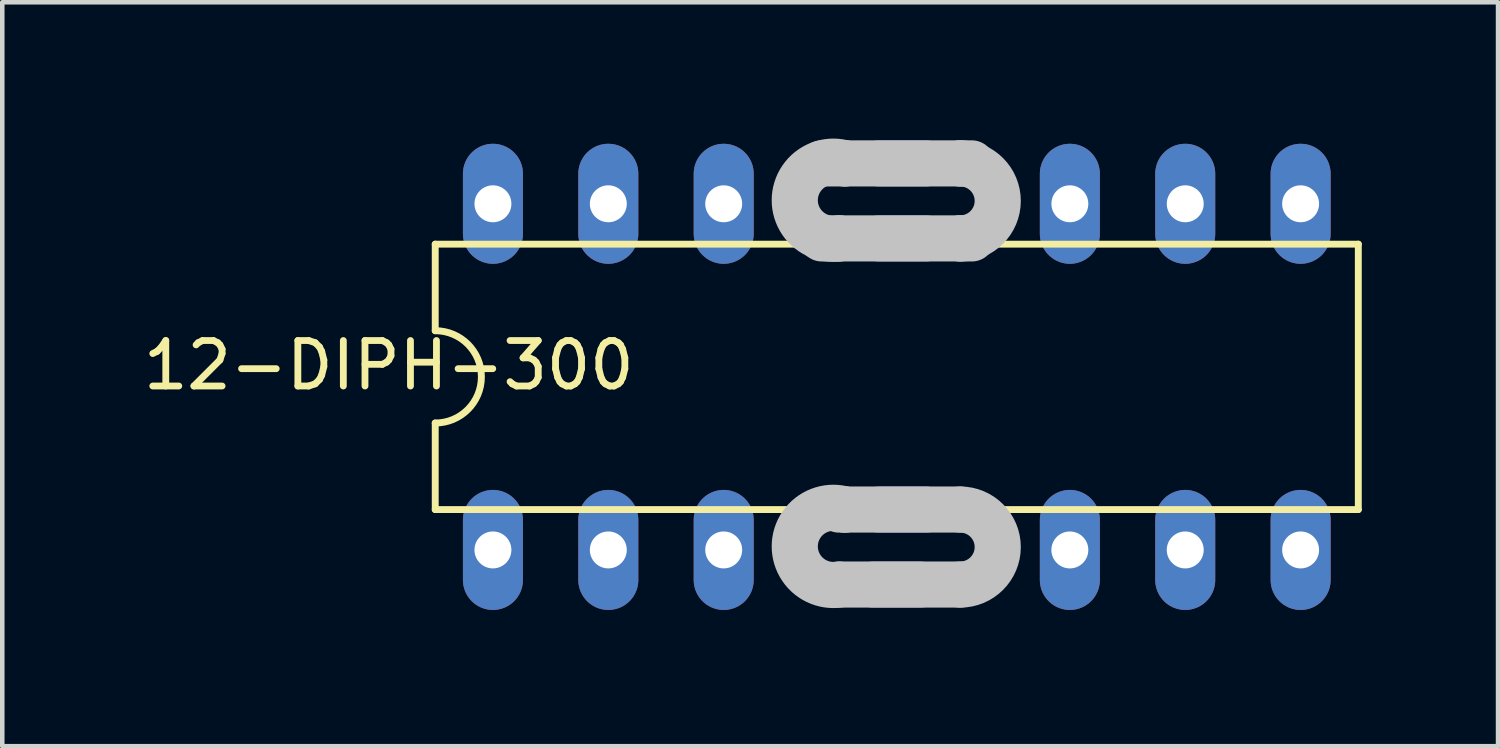
<source format=kicad_pcb>
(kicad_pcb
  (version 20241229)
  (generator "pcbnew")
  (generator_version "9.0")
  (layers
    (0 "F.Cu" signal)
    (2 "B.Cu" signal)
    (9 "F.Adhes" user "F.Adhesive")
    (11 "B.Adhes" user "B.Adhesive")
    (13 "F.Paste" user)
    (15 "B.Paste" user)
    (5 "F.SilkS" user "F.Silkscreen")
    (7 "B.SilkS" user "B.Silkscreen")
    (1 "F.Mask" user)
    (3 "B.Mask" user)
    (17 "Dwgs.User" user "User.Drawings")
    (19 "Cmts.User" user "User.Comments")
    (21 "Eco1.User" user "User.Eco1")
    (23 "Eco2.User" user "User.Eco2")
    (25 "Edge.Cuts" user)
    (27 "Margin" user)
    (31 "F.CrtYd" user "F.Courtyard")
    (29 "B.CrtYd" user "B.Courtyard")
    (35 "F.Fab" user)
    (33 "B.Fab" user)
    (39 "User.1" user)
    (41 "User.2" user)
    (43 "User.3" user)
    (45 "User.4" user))
  (footprint "12-DIPH-300"
    (layer "F.Cu")
    (at 16.691 5.246)
    (property "Reference" "12-DIPH-300" (at -11.182 -0.254 180) (layer "F.SilkS") (effects (font (size 1.001 1.001) (thickness 0.15))))
    (attr through_hole)
    (fp_line (start -10.16 -2.921) (end -10.16 -1.016) (stroke (width 0.152) (type solid)) (layer "F.SilkS"))
    (fp_line (start -10.16 2.921) (end -10.16 1.016) (stroke (width 0.152) (type solid)) (layer "F.SilkS"))
    (fp_line (start -10.16 2.921) (end 10.16 2.921) (stroke (width 0.152) (type solid)) (layer "F.SilkS"))
    (fp_line (start 10.16 -2.921) (end -10.16 -2.921) (stroke (width 0.152) (type solid)) (layer "F.SilkS"))
    (fp_line (start 10.16 -2.921) (end 10.16 2.921) (stroke (width 0.152) (type solid)) (layer "F.SilkS"))
    (fp_arc (start -10.16 -1.016) (mid -9.144 0) (end -10.16 1.016) (stroke (width 0.1524) (type solid)) (layer "F.SilkS"))
    (fp_line (start -1.651 -4.699) (end -1.143 -4.699) (stroke (width 1.016) (type solid)) (layer "Dwgs.User"))
    (fp_line (start -1.651 -3.048) (end -1.27 -3.048) (stroke (width 1.016) (type solid)) (layer "Dwgs.User"))
    (fp_line (start -1.27 -3.048) (end 1.397 -3.048) (stroke (width 1.016) (type solid)) (layer "Dwgs.User"))
    (fp_line (start -1.27 2.921) (end -1.143 2.921) (stroke (width 1.016) (type solid)) (layer "Dwgs.User"))
    (fp_line (start -1.27 4.572) (end 1.397 4.572) (stroke (width 1.016) (type solid)) (layer "Dwgs.User"))
    (fp_line (start -1.143 -4.699) (end 1.397 -4.699) (stroke (width 1.016) (type solid)) (layer "Dwgs.User"))
    (fp_line (start -1.143 2.921) (end 1.397 2.921) (stroke (width 1.016) (type solid)) (layer "Dwgs.User"))
    (fp_line (start 1.397 -4.699) (end 1.651 -4.699) (stroke (width 1.016) (type solid)) (layer "Dwgs.User"))
    (fp_line (start 1.397 -3.048) (end 1.651 -3.048) (stroke (width 1.016) (type solid)) (layer "Dwgs.User"))
    (fp_arc (start -1.27 -3.048) (mid -2.242893 -3.953223) (end -1.142999 -4.699) (stroke (width 1.016) (type solid)) (layer "Dwgs.User"))
    (fp_arc (start -1.27 4.572) (mid -2.242893 3.666777) (end -1.142999 2.921) (stroke (width 1.016) (type solid)) (layer "Dwgs.User"))
    (fp_arc (start 1.397 -4.699) (mid 2.2225 -3.8735) (end 1.397 -3.048) (stroke (width 1.016) (type solid)) (layer "Dwgs.User"))
    (fp_arc (start 1.397 2.921) (mid 2.2225 3.7465) (end 1.397 4.572) (stroke (width 1.016) (type solid)) (layer "Dwgs.User"))
    (pad "1" thru_hole oval (at -8.89 3.81) (size 1.321 2.642) (drill 0.813) (layers "*.Cu" "*.Mask"))
    (pad "2" thru_hole oval (at -6.35 3.81) (size 1.321 2.642) (drill 0.813) (layers "*.Cu" "*.Mask"))
    (pad "3" thru_hole oval (at -3.81 3.81) (size 1.321 2.642) (drill 0.813) (layers "*.Cu" "*.Mask"))
    (pad "4" thru_hole oval (at 3.81 3.81) (size 1.321 2.642) (drill 0.813) (layers "*.Cu" "*.Mask"))
    (pad "5" thru_hole oval (at 6.35 3.81) (size 1.321 2.642) (drill 0.813) (layers "*.Cu" "*.Mask"))
    (pad "6" thru_hole oval (at 8.89 3.81) (size 1.321 2.642) (drill 0.813) (layers "*.Cu" "*.Mask"))
    (pad "7" thru_hole oval (at 8.89 -3.81) (size 1.321 2.642) (drill 0.813) (layers "*.Cu" "*.Mask"))
    (pad "8" thru_hole oval (at 6.35 -3.81) (size 1.321 2.642) (drill 0.813) (layers "*.Cu" "*.Mask"))
    (pad "9" thru_hole oval (at 3.81 -3.81) (size 1.321 2.642) (drill 0.813) (layers "*.Cu" "*.Mask"))
    (pad "10" thru_hole oval (at -3.81 -3.81) (size 1.321 2.642) (drill 0.813) (layers "*.Cu" "*.Mask"))
    (pad "11" thru_hole oval (at -6.35 -3.81) (size 1.321 2.642) (drill 0.813) (layers "*.Cu" "*.Mask"))
    (pad "12" thru_hole oval (at -8.89 -3.81) (size 1.321 2.642) (drill 0.813) (layers "*.Cu" "*.Mask"))
    (pad "P$1" thru_hole oval (at 0.127 -4.699) (size 2.032 1.016) (drill 0.003) (layers "*.Cu" "*.Mask"))
    (pad "P$2" thru_hole oval (at 0.127 -3.048) (size 2.032 1.016) (drill 0.003) (layers "*.Cu" "*.Mask"))
    (pad "P$3" thru_hole oval (at 0.127 2.921) (size 2.032 1.016) (drill 0.003) (layers "*.Cu" "*.Mask"))
    (pad "P$4" thru_hole oval (at 0 4.572) (size 2.032 1.016) (drill 0.003) (layers "*.Cu" "*.Mask")))
  (gr_rect
    (start -3 -3)
    (end 29.927 13.376)
    (stroke (width 0.1) (type default))
    (fill no)
    (layer "Edge.Cuts")))
</source>
